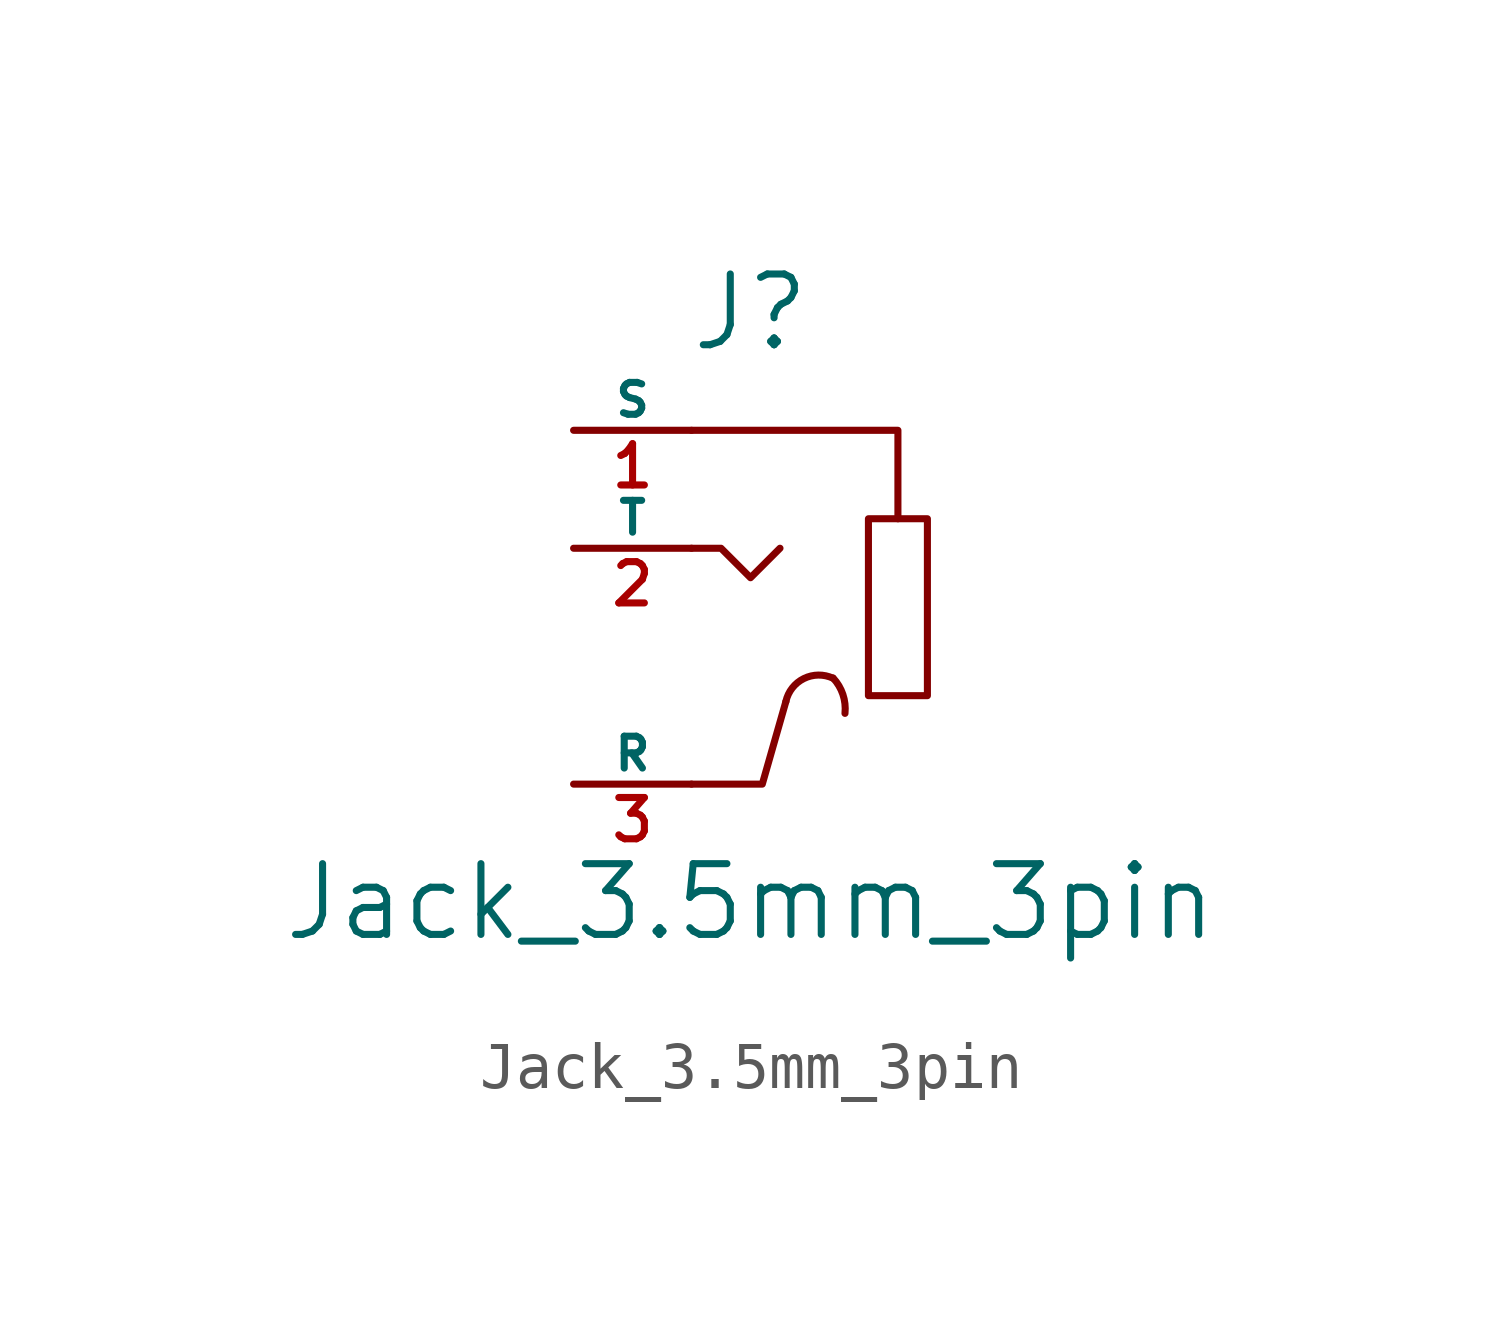
<source format=kicad_sym>
(kicad_symbol_lib
  (version 20201005)
  (generator kicad_symbol_editor)
  (symbol "Jack_3.5mm_3pin"
    (pin_names
      (offset 0))
    (property "Reference" "J"
      (at 0 6.35 0)
      (effects (font (size 1.524 1.524))))
    (property "Value" "Jack_3.5mm_3pin"
      (at 0 -6.35 0)
      (effects (font (size 1.524 1.524))))
    (property "Footprint" ""
      (at 0 0 0)
      (effects (font (size 1.524 1.524))))
    (property "Datasheet" ""
      (at 0 0 0)
      (effects (font (size 1.524 1.524))))
    (symbol "Jack_3.5mm_3pin_0_1"
      (arc (start 1.778 -1.524) (end 2.032 -2.286) (radius (at 1.0668 -2.1844) (length 0.9652) (angles -137.1 173.9)) (stroke (width 0)) (fill (type none)))
      (arc (start 1.778 -1.524) (end 0.762 -2.032) (radius (at 1.4732 -2.1844) (length 0.7366) (angles -114.7 -12)) (stroke (width 0)) (fill (type none)))
      (rectangle (start 2.54 1.905) (end 3.81 -1.905) (stroke (width 0)) (fill (type none)))
      (polyline (pts (xy -1.27 3.81) (xy 3.175 3.81) (xy 3.175 1.905)) (stroke (width 0)) (fill (type none)))
      (polyline (pts (xy 0.762 -2.032) (xy 0.254 -3.81) (xy -1.27 -3.81)) (stroke (width 0)) (fill (type none)))
      (polyline (pts (xy -1.27 1.27) (xy -0.635 1.27) (xy 0 0.635) (xy 0.635 1.27)) (stroke (width 0)) (fill (type none))))
    (symbol "Jack_3.5mm_3pin_1_1"
      (pin passive line (at -3.81 3.81 0) (length 2.54) (name "S" (effects (font (size 0.686 0.686)))) (number "1" (effects (font (size 0.889 0.889)))))
      (pin passive line (at -3.81 1.27 0) (length 2.54) (name "T" (effects (font (size 0.686 0.686)))) (number "2" (effects (font (size 0.889 0.889)))))
      (pin passive line (at -3.81 -3.81 0) (length 2.54) (name "R" (effects (font (size 0.686 0.686)))) (number "3" (effects (font (size 0.889 0.889))))))))
</source>
